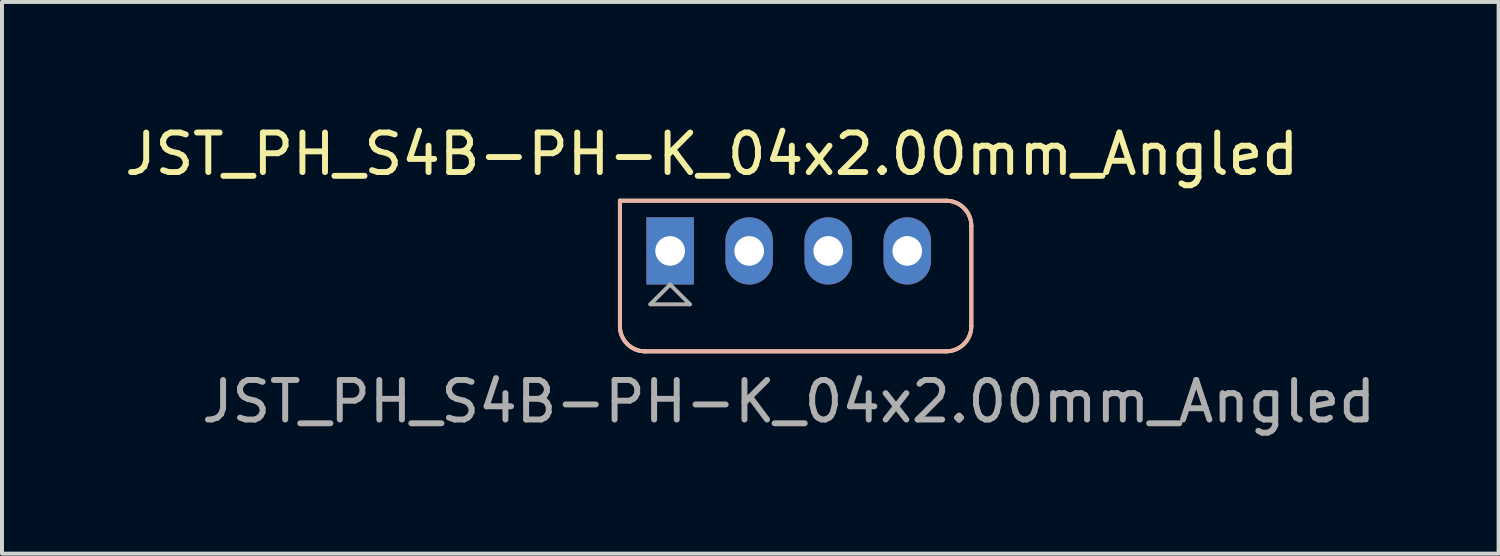
<source format=kicad_pcb>
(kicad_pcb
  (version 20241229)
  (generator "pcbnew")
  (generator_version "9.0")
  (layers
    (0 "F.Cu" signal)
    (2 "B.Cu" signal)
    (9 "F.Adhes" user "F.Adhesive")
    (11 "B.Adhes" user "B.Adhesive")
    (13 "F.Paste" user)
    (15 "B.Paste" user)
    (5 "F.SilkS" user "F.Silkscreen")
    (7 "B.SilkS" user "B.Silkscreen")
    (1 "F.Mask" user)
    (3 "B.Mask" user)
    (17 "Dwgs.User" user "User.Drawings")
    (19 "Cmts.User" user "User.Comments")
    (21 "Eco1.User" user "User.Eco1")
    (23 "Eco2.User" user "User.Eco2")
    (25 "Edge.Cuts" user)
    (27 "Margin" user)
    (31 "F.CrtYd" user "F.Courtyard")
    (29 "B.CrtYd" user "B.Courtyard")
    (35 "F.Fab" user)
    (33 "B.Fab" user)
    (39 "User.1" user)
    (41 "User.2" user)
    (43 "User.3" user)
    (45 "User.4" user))
  (footprint "JST_PH_S4B-PH-K_04x2.00mm_Angled"
    (layer "F.Cu")
    (at 13.458 3.298)
    (property "Reference" "JST_PH_S4B-PH-K_04x2.00mm_Angled" (at 1.5 -2.45 0) (layer "F.SilkS") (effects (font (size 1 1) (thickness 0.15))))
    (attr through_hole)
    (fp_line (start -0.825 -1.27) (end -0.825 1.905) (stroke (width 0.1) (type default)) (layer "F.SilkS"))
    (fp_line (start -0.19 2.54) (end 7.43 2.54) (stroke (width 0.1) (type default)) (layer "F.SilkS"))
    (fp_line (start 7.43 -1.27) (end -0.825 -1.27) (stroke (width 0.1) (type default)) (layer "F.SilkS"))
    (fp_line (start 8.065 1.905) (end 8.065 -0.635) (stroke (width 0.1) (type default)) (layer "F.SilkS"))
    (fp_arc (start -0.19 2.54) (mid -0.639013 2.354013) (end -0.825 1.905) (stroke (width 0.1) (type default)) (layer "F.SilkS"))
    (fp_arc (start 7.43 -1.27) (mid 7.879013 -1.084013) (end 8.065 -0.635) (stroke (width 0.1) (type default)) (layer "F.SilkS"))
    (fp_arc (start 8.065 1.905) (mid 7.879013 2.354013) (end 7.43 2.54) (stroke (width 0.1) (type default)) (layer "F.SilkS"))
    (fp_line (start -0.825 -1.27) (end -0.825 1.905) (stroke (width 0.1) (type default)) (layer "B.SilkS"))
    (fp_line (start -0.825 -1.27) (end 7.43 -1.27) (stroke (width 0.1) (type default)) (layer "B.SilkS"))
    (fp_line (start -0.19 2.54) (end 7.43 2.54) (stroke (width 0.1) (type default)) (layer "B.SilkS"))
    (fp_line (start 8.065 1.905) (end 8.065 -0.635) (stroke (width 0.1) (type default)) (layer "B.SilkS"))
    (fp_arc (start -0.19 2.54) (mid -0.639013 2.354013) (end -0.825 1.905) (stroke (width 0.1) (type default)) (layer "B.SilkS"))
    (fp_arc (start 7.43 -1.27) (mid 7.879013 -1.084013) (end 8.065 -0.635) (stroke (width 0.1) (type default)) (layer "B.SilkS"))
    (fp_arc (start 8.065 1.905) (mid 7.879013 2.354013) (end 7.43 2.54) (stroke (width 0.1) (type default)) (layer "B.SilkS"))
    (fp_line (start -0.055 1.35) (end 0.945 1.35) (stroke (width 0.1) (type solid)) (layer "F.Fab"))
    (fp_line (start 0.445 0.85) (end -0.055 1.35) (stroke (width 0.1) (type solid)) (layer "F.Fab"))
    (fp_line (start 0.945 1.35) (end 0.445 0.85) (stroke (width 0.1) (type solid)) (layer "F.Fab"))
    (fp_text user "${REFERENCE}" (at 3.445 3.81 0) (layer "F.Fab") (effects (font (size 1 1) (thickness 0.15))))
    (pad "1" thru_hole rect (at 0.445 0) (size 1.2 1.7) (drill 0.75) (layers "*.Cu" "*.Mask"))
    (pad "2" thru_hole oval (at 2.445 0) (size 1.2 1.7) (drill 0.75) (layers "*.Cu" "*.Mask"))
    (pad "3" thru_hole oval (at 4.445 0) (size 1.2 1.7) (drill 0.75) (layers "*.Cu" "*.Mask"))
    (pad "4" thru_hole oval (at 6.445 0) (size 1.2 1.7) (drill 0.75) (layers "*.Cu" "*.Mask")))
  (gr_rect
    (start -3 -3)
    (end 34.862 10.957)
    (stroke (width 0.1) (type default))
    (fill no)
    (layer "Edge.Cuts")))
</source>
